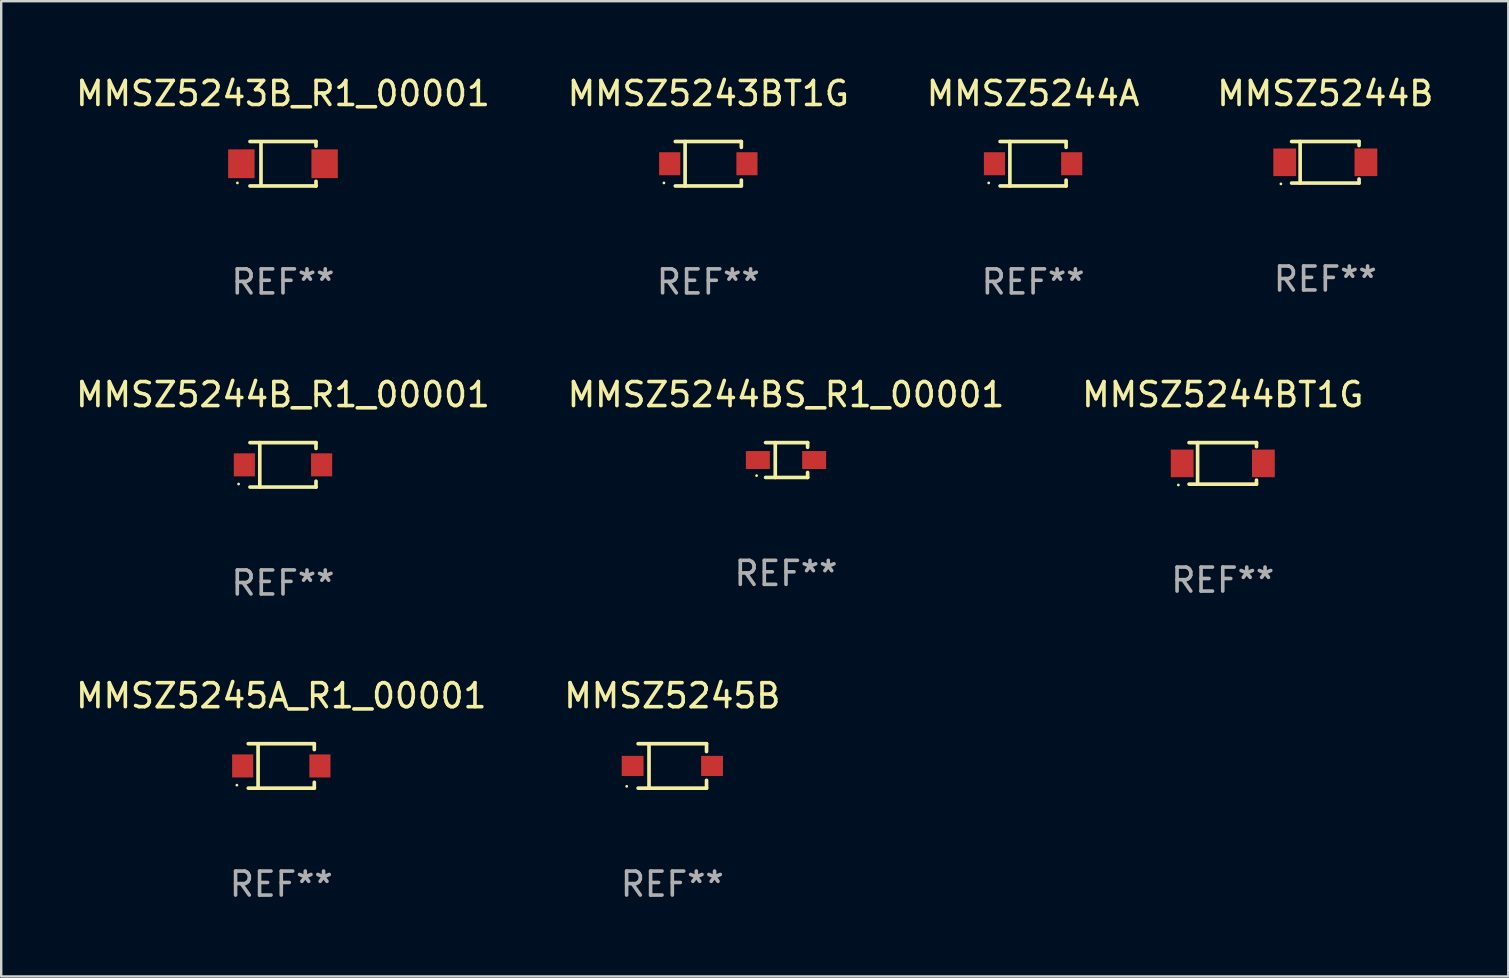
<source format=kicad_pcb>
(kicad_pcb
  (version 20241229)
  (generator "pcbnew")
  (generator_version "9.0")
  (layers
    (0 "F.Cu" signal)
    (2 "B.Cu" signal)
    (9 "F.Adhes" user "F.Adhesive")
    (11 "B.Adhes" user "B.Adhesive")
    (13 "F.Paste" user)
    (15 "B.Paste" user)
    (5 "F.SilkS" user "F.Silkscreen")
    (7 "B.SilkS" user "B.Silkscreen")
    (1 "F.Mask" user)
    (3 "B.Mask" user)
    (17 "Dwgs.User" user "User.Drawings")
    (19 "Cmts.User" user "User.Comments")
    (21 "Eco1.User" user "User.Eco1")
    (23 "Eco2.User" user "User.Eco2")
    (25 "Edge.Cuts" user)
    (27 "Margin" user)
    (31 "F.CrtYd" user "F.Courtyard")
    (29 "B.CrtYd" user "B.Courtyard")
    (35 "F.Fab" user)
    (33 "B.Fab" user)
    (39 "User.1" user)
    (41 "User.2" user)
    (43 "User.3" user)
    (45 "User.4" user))
  (footprint "MMSZ5244BT1G"
    (layer "F.Cu")
    (at 47.911 16.263)
    (property "Reference" "MMSZ5244BT1G" (at 0 -2.866 0) (layer "F.SilkS") (effects (font (size 1 1) (thickness 0.15))))
    (attr through_hole)
    (fp_line (start -1.406 -0.866) (end 1.406 -0.866) (stroke (width 0.152) (type solid)) (layer "F.SilkS"))
    (fp_line (start -1.406 0.866) (end 1.406 0.866) (stroke (width 0.152) (type solid)) (layer "F.SilkS"))
    (fp_line (start -1.049 -0.866) (end -1.049 0.866) (stroke (width 0.152) (type solid)) (layer "F.SilkS"))
    (fp_line (start 1.406 -0.866) (end 1.406 -0.698) (stroke (width 0.152) (type solid)) (layer "F.SilkS"))
    (fp_line (start 1.406 0.866) (end 1.406 0.698) (stroke (width 0.152) (type solid)) (layer "F.SilkS"))
    (fp_circle (center -1.851 0.9) (end -1.821 0.9) (stroke (width 0.06) (type solid)) (fill no) (layer "F.SilkS"))
    (fp_text user "REF**" (at 0 4.866 0) (layer "F.Fab") (effects (font (size 1 1) (thickness 0.15))))
    (pad "1" smd rect (at -1.692 0) (size 0.95 1.15) (layers "F.Cu" "F.Mask" "F.Paste"))
    (pad "2" smd rect (at 1.692 0) (size 0.95 1.15) (layers "F.Cu" "F.Mask" "F.Paste")))
  (footprint "MMSZ5245A_R1_00001"
    (layer "F.Cu")
    (at 8.673 28.872)
    (property "Reference" "MMSZ5245A_R1_00001" (at 0 -2.926 0) (layer "F.SilkS") (effects (font (size 1 1) (thickness 0.15))))
    (attr through_hole)
    (fp_line (start -1.376 -0.926) (end 1.376 -0.926) (stroke (width 0.152) (type solid)) (layer "F.SilkS"))
    (fp_line (start -1.376 0.926) (end 1.376 0.926) (stroke (width 0.152) (type solid)) (layer "F.SilkS"))
    (fp_line (start -0.967 -0.926) (end -0.967 0.926) (stroke (width 0.152) (type solid)) (layer "F.SilkS"))
    (fp_line (start 1.376 -0.926) (end 1.376 -0.683) (stroke (width 0.152) (type solid)) (layer "F.SilkS"))
    (fp_line (start 1.376 0.926) (end 1.376 0.683) (stroke (width 0.152) (type solid)) (layer "F.SilkS"))
    (fp_circle (center -1.85 0.8) (end -1.82 0.8) (stroke (width 0.06) (type solid)) (fill no) (layer "F.SilkS"))
    (fp_text user "REF**" (at 0 4.926 0) (layer "F.Fab") (effects (font (size 1 1) (thickness 0.15))))
    (pad "1" smd rect (at -1.61 0) (size 0.88 0.96) (layers "F.Cu" "F.Mask" "F.Paste"))
    (pad "2" smd rect (at 1.61 0) (size 0.88 0.96) (layers "F.Cu" "F.Mask" "F.Paste")))
  (footprint "MMSZ5243BT1G"
    (layer "F.Cu")
    (at 26.47 3.774)
    (property "Reference" "MMSZ5243BT1G" (at 0 -2.926 0) (layer "F.SilkS") (effects (font (size 1 1) (thickness 0.15))))
    (attr through_hole)
    (fp_line (start -1.376 -0.926) (end 1.376 -0.926) (stroke (width 0.152) (type solid)) (layer "F.SilkS"))
    (fp_line (start -1.376 0.926) (end 1.376 0.926) (stroke (width 0.152) (type solid)) (layer "F.SilkS"))
    (fp_line (start -0.967 -0.926) (end -0.967 0.926) (stroke (width 0.152) (type solid)) (layer "F.SilkS"))
    (fp_line (start 1.376 -0.926) (end 1.376 -0.683) (stroke (width 0.152) (type solid)) (layer "F.SilkS"))
    (fp_line (start 1.376 0.926) (end 1.376 0.683) (stroke (width 0.152) (type solid)) (layer "F.SilkS"))
    (fp_circle (center -1.85 0.8) (end -1.82 0.8) (stroke (width 0.06) (type solid)) (fill no) (layer "F.SilkS"))
    (fp_text user "REF**" (at 0 4.926 0) (layer "F.Fab") (effects (font (size 1 1) (thickness 0.15))))
    (pad "1" smd rect (at -1.61 0) (size 0.88 0.96) (layers "F.Cu" "F.Mask" "F.Paste"))
    (pad "2" smd rect (at 1.61 0) (size 0.88 0.96) (layers "F.Cu" "F.Mask" "F.Paste")))
  (footprint "MMSZ5244B"
    (layer "F.Cu")
    (at 52.185 3.714)
    (property "Reference" "MMSZ5244B" (at 0 -2.866 0) (layer "F.SilkS") (effects (font (size 1 1) (thickness 0.15))))
    (attr through_hole)
    (fp_line (start -1.406 -0.866) (end 1.406 -0.866) (stroke (width 0.152) (type solid)) (layer "F.SilkS"))
    (fp_line (start -1.406 0.866) (end 1.406 0.866) (stroke (width 0.152) (type solid)) (layer "F.SilkS"))
    (fp_line (start -1.049 -0.866) (end -1.049 0.866) (stroke (width 0.152) (type solid)) (layer "F.SilkS"))
    (fp_line (start 1.406 -0.866) (end 1.406 -0.698) (stroke (width 0.152) (type solid)) (layer "F.SilkS"))
    (fp_line (start 1.406 0.866) (end 1.406 0.698) (stroke (width 0.152) (type solid)) (layer "F.SilkS"))
    (fp_circle (center -1.851 0.9) (end -1.821 0.9) (stroke (width 0.06) (type solid)) (fill no) (layer "F.SilkS"))
    (fp_text user "REF**" (at 0 4.866 0) (layer "F.Fab") (effects (font (size 1 1) (thickness 0.15))))
    (pad "1" smd rect (at -1.692 0) (size 0.95 1.15) (layers "F.Cu" "F.Mask" "F.Paste"))
    (pad "2" smd rect (at 1.692 0) (size 0.95 1.15) (layers "F.Cu" "F.Mask" "F.Paste")))
  (footprint "MMSZ5245B"
    (layer "F.Cu")
    (at 24.97 28.872)
    (property "Reference" "MMSZ5245B" (at 0 -2.926 0) (layer "F.SilkS") (effects (font (size 1 1) (thickness 0.15))))
    (attr through_hole)
    (fp_line (start -1.426 0.926) (end 1.426 0.926) (stroke (width 0.152) (type solid)) (layer "F.SilkS"))
    (fp_line (start -1.426 -0.926) (end 1.426 -0.926) (stroke (width 0.152) (type solid)) (layer "F.SilkS"))
    (fp_line (start -0.971 0.926) (end -0.971 -0.926) (stroke (width 0.152) (type solid)) (layer "F.SilkS"))
    (fp_line (start 1.426 -0.926) (end 1.426 -0.6) (stroke (width 0.152) (type solid)) (layer "F.SilkS"))
    (fp_line (start 1.426 0.6) (end 1.426 0.926) (stroke (width 0.152) (type solid)) (layer "F.SilkS"))
    (fp_circle (center -1.9 0.85) (end -1.87 0.85) (stroke (width 0.06) (type solid)) (fill no) (layer "F.SilkS"))
    (fp_text user "REF**" (at 0 4.926 0) (layer "F.Fab") (effects (font (size 1 1) (thickness 0.15))))
    (pad "1" smd rect (at -1.655 -0.000064) (size 0.91 0.84) (layers "F.Cu" "F.Mask" "F.Paste"))
    (pad "2" smd rect (at 1.655 -0.000064) (size 0.91 0.84) (layers "F.Cu" "F.Mask" "F.Paste")))
  (footprint "MMSZ5243B_R1_00001"
    (layer "F.Cu")
    (at 8.744 3.774)
    (property "Reference" "MMSZ5243B_R1_00001" (at 0 -2.926 0) (layer "F.SilkS") (effects (font (size 1 1) (thickness 0.15))))
    (attr through_hole)
    (fp_line (start -1.376 -0.926) (end 1.376 -0.926) (stroke (width 0.152) (type solid)) (layer "F.SilkS"))
    (fp_line (start -1.376 0.926) (end 1.376 0.926) (stroke (width 0.152) (type solid)) (layer "F.SilkS"))
    (fp_line (start -0.917 -0.876) (end -0.917 0.876) (stroke (width 0.152) (type solid)) (layer "F.SilkS"))
    (fp_line (start 1.376 -0.926) (end 1.376 -0.733) (stroke (width 0.152) (type solid)) (layer "F.SilkS"))
    (fp_line (start 1.376 0.926) (end 1.376 0.733) (stroke (width 0.152) (type solid)) (layer "F.SilkS"))
    (fp_circle (center -1.9 0.8) (end -1.87 0.8) (stroke (width 0.06) (type solid)) (fill no) (layer "F.SilkS"))
    (fp_text user "REF**" (at 0 4.926 0) (layer "F.Fab") (effects (font (size 1 1) (thickness 0.15))))
    (pad "1" smd rect (at -1.735 -0.000025) (size 1.1 1.2) (layers "F.Cu" "F.Mask" "F.Paste"))
    (pad "2" smd rect (at 1.735 -0.000025) (size 1.1 1.2) (layers "F.Cu" "F.Mask" "F.Paste")))
  (footprint "MMSZ5244A"
    (layer "F.Cu")
    (at 40.006 3.774)
    (property "Reference" "MMSZ5244A" (at 0 -2.926 0) (layer "F.SilkS") (effects (font (size 1 1) (thickness 0.15))))
    (attr through_hole)
    (fp_line (start -1.376 -0.926) (end 1.376 -0.926) (stroke (width 0.152) (type solid)) (layer "F.SilkS"))
    (fp_line (start -1.376 0.926) (end 1.376 0.926) (stroke (width 0.152) (type solid)) (layer "F.SilkS"))
    (fp_line (start -0.967 -0.926) (end -0.967 0.926) (stroke (width 0.152) (type solid)) (layer "F.SilkS"))
    (fp_line (start 1.376 -0.926) (end 1.376 -0.683) (stroke (width 0.152) (type solid)) (layer "F.SilkS"))
    (fp_line (start 1.376 0.926) (end 1.376 0.683) (stroke (width 0.152) (type solid)) (layer "F.SilkS"))
    (fp_circle (center -1.85 0.8) (end -1.82 0.8) (stroke (width 0.06) (type solid)) (fill no) (layer "F.SilkS"))
    (fp_text user "REF**" (at 0 4.926 0) (layer "F.Fab") (effects (font (size 1 1) (thickness 0.15))))
    (pad "1" smd rect (at -1.61 0) (size 0.88 0.96) (layers "F.Cu" "F.Mask" "F.Paste"))
    (pad "2" smd rect (at 1.61 0) (size 0.88 0.96) (layers "F.Cu" "F.Mask" "F.Paste")))
  (footprint "MMSZ5244B_R1_00001"
    (layer "F.Cu")
    (at 8.744 16.323)
    (property "Reference" "MMSZ5244B_R1_00001" (at 0 -2.926 0) (layer "F.SilkS") (effects (font (size 1 1) (thickness 0.15))))
    (attr through_hole)
    (fp_line (start -1.376 -0.926) (end 1.376 -0.926) (stroke (width 0.152) (type solid)) (layer "F.SilkS"))
    (fp_line (start -1.376 0.926) (end 1.376 0.926) (stroke (width 0.152) (type solid)) (layer "F.SilkS"))
    (fp_line (start -0.967 -0.926) (end -0.967 0.926) (stroke (width 0.152) (type solid)) (layer "F.SilkS"))
    (fp_line (start 1.376 -0.926) (end 1.376 -0.683) (stroke (width 0.152) (type solid)) (layer "F.SilkS"))
    (fp_line (start 1.376 0.926) (end 1.376 0.683) (stroke (width 0.152) (type solid)) (layer "F.SilkS"))
    (fp_circle (center -1.85 0.8) (end -1.82 0.8) (stroke (width 0.06) (type solid)) (fill no) (layer "F.SilkS"))
    (fp_text user "REF**" (at 0 4.926 0) (layer "F.Fab") (effects (font (size 1 1) (thickness 0.15))))
    (pad "1" smd rect (at -1.61 0) (size 0.88 0.96) (layers "F.Cu" "F.Mask" "F.Paste"))
    (pad "2" smd rect (at 1.61 0) (size 0.88 0.96) (layers "F.Cu" "F.Mask" "F.Paste")))
  (footprint "MMSZ5244BS_R1_00001"
    (layer "F.Cu")
    (at 29.708 16.123)
    (property "Reference" "MMSZ5244BS_R1_00001" (at 0 -2.726 0) (layer "F.SilkS") (effects (font (size 1 1) (thickness 0.15))))
    (attr through_hole)
    (fp_line (start -0.851 -0.726) (end 0.901 -0.726) (stroke (width 0.152) (type solid)) (layer "F.SilkS"))
    (fp_line (start -0.851 0.726) (end 0.901 0.726) (stroke (width 0.152) (type solid)) (layer "F.SilkS"))
    (fp_line (start -0.447 -0.726) (end -0.447 0.726) (stroke (width 0.152) (type solid)) (layer "F.SilkS"))
    (fp_line (start 0.901 -0.726) (end 0.901 -0.53) (stroke (width 0.152) (type solid)) (layer "F.SilkS"))
    (fp_line (start 0.901 0.726) (end 0.901 0.52) (stroke (width 0.152) (type solid)) (layer "F.SilkS"))
    (fp_circle (center -1.225 0.65) (end -1.195 0.65) (stroke (width 0.06) (type solid)) (fill no) (layer "F.SilkS"))
    (fp_text user "REF**" (at 0 4.726 0) (layer "F.Fab") (effects (font (size 1 1) (thickness 0.15))))
    (pad "1" smd rect (at -1.173 0) (size 1 0.75) (layers "F.Cu" "F.Mask" "F.Paste"))
    (pad "2" smd rect (at 1.173 0) (size 1 0.75) (layers "F.Cu" "F.Mask" "F.Paste")))
  (gr_rect
    (start -3 -3)
    (end 59.81 37.647)
    (stroke (width 0.1) (type default))
    (fill no)
    (layer "Edge.Cuts")))
</source>
